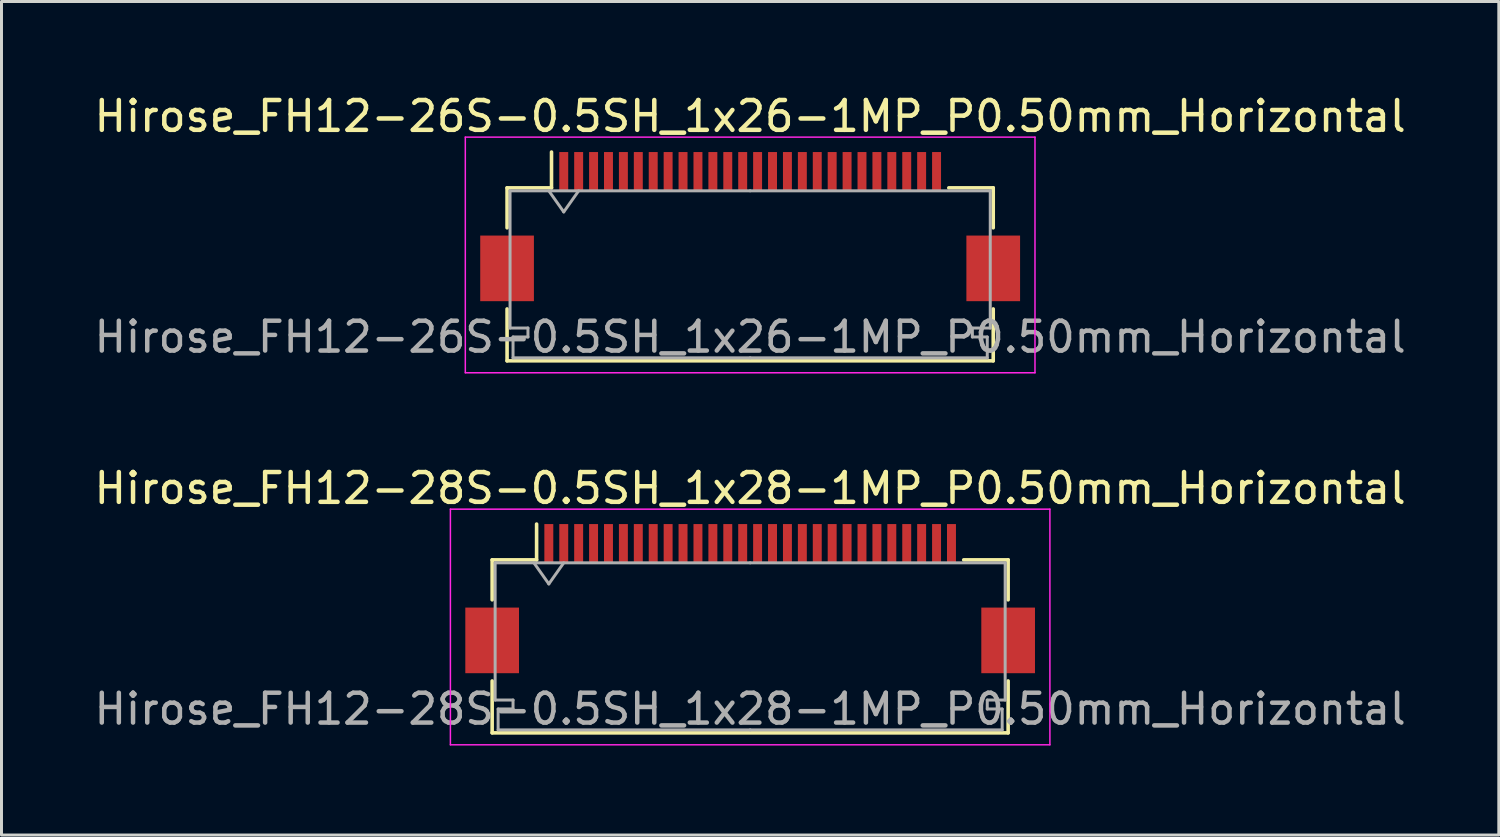
<source format=kicad_pcb>
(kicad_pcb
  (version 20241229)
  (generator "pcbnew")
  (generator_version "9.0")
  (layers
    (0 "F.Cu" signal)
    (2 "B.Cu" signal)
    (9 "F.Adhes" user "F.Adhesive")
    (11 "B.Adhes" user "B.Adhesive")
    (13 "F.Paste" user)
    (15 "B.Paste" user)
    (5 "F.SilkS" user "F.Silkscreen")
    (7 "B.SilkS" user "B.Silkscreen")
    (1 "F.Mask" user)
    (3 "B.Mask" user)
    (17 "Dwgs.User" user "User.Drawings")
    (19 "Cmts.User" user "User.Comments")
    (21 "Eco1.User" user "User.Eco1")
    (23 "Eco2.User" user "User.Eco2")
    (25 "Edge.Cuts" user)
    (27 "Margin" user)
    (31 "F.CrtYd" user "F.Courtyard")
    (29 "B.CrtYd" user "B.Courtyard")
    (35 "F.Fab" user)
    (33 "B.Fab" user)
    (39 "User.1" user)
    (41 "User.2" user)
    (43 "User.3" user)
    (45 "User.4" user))
  (footprint "Hirose_FH12-26S-0.5SH_1x26-1MP_P0.50mm_Horizontal"
    (layer "F.Cu")
    (at 22.101 4.548)
    (property "Reference" "Hirose_FH12-26S-0.5SH_1x26-1MP_P0.50mm_Horizontal" (at 0 -3.7 0) (layer "F.SilkS") (effects (font (size 1 1) (thickness 0.15))))
    (attr smd)
    (fp_line (start -8.15 -1.3) (end -8.15 0.04) (stroke (width 0.12) (type solid)) (layer "F.SilkS"))
    (fp_line (start -8.15 2.76) (end -8.15 4.5) (stroke (width 0.12) (type solid)) (layer "F.SilkS"))
    (fp_line (start -8.15 4.5) (end 8.15 4.5) (stroke (width 0.12) (type solid)) (layer "F.SilkS"))
    (fp_line (start -6.66 -1.3) (end -8.15 -1.3) (stroke (width 0.12) (type solid)) (layer "F.SilkS"))
    (fp_line (start -6.66 -1.3) (end -6.66 -2.5) (stroke (width 0.12) (type solid)) (layer "F.SilkS"))
    (fp_line (start 6.66 -1.3) (end 8.15 -1.3) (stroke (width 0.12) (type solid)) (layer "F.SilkS"))
    (fp_line (start 8.15 -1.3) (end 8.15 0.04) (stroke (width 0.12) (type solid)) (layer "F.SilkS"))
    (fp_line (start 8.15 4.5) (end 8.15 2.76) (stroke (width 0.12) (type solid)) (layer "F.SilkS"))
    (fp_line (start -9.55 -3) (end -9.55 4.9) (stroke (width 0.05) (type solid)) (layer "F.CrtYd"))
    (fp_line (start -9.55 4.9) (end 9.55 4.9) (stroke (width 0.05) (type solid)) (layer "F.CrtYd"))
    (fp_line (start 9.55 -3) (end -9.55 -3) (stroke (width 0.05) (type solid)) (layer "F.CrtYd"))
    (fp_line (start 9.55 4.9) (end 9.55 -3) (stroke (width 0.05) (type solid)) (layer "F.CrtYd"))
    (fp_line (start -8.05 -1.2) (end -8.05 3.4) (stroke (width 0.1) (type solid)) (layer "F.Fab"))
    (fp_line (start -8.05 3.4) (end -7.45 3.4) (stroke (width 0.1) (type solid)) (layer "F.Fab"))
    (fp_line (start -7.95 3.7) (end -7.95 4.4) (stroke (width 0.1) (type solid)) (layer "F.Fab"))
    (fp_line (start -7.95 4.4) (end 0 4.4) (stroke (width 0.1) (type solid)) (layer "F.Fab"))
    (fp_line (start -7.45 3.4) (end -7.45 3.7) (stroke (width 0.1) (type solid)) (layer "F.Fab"))
    (fp_line (start -7.45 3.7) (end -7.95 3.7) (stroke (width 0.1) (type solid)) (layer "F.Fab"))
    (fp_line (start -6.75 -1.2) (end -6.25 -0.493) (stroke (width 0.1) (type solid)) (layer "F.Fab"))
    (fp_line (start -6.25 -0.493) (end -5.75 -1.2) (stroke (width 0.1) (type solid)) (layer "F.Fab"))
    (fp_line (start 0 -1.2) (end -8.05 -1.2) (stroke (width 0.1) (type solid)) (layer "F.Fab"))
    (fp_line (start 0 -1.2) (end 8.05 -1.2) (stroke (width 0.1) (type solid)) (layer "F.Fab"))
    (fp_line (start 7.45 3.4) (end 7.45 3.7) (stroke (width 0.1) (type solid)) (layer "F.Fab"))
    (fp_line (start 7.45 3.7) (end 7.95 3.7) (stroke (width 0.1) (type solid)) (layer "F.Fab"))
    (fp_line (start 7.95 3.7) (end 7.95 4.4) (stroke (width 0.1) (type solid)) (layer "F.Fab"))
    (fp_line (start 7.95 4.4) (end 0 4.4) (stroke (width 0.1) (type solid)) (layer "F.Fab"))
    (fp_line (start 8.05 -1.2) (end 8.05 3.4) (stroke (width 0.1) (type solid)) (layer "F.Fab"))
    (fp_line (start 8.05 3.4) (end 7.45 3.4) (stroke (width 0.1) (type solid)) (layer "F.Fab"))
    (fp_text user "${REFERENCE}" (at 0 3.7 0) (layer "F.Fab") (effects (font (size 1 1) (thickness 0.15))))
    (pad "1" smd rect (at -6.25 -1.85) (size 0.3 1.3) (layers "F.Cu" "F.Mask" "F.Paste"))
    (pad "2" smd rect (at -5.75 -1.85) (size 0.3 1.3) (layers "F.Cu" "F.Mask" "F.Paste"))
    (pad "3" smd rect (at -5.25 -1.85) (size 0.3 1.3) (layers "F.Cu" "F.Mask" "F.Paste"))
    (pad "4" smd rect (at -4.75 -1.85) (size 0.3 1.3) (layers "F.Cu" "F.Mask" "F.Paste"))
    (pad "5" smd rect (at -4.25 -1.85) (size 0.3 1.3) (layers "F.Cu" "F.Mask" "F.Paste"))
    (pad "6" smd rect (at -3.75 -1.85) (size 0.3 1.3) (layers "F.Cu" "F.Mask" "F.Paste"))
    (pad "7" smd rect (at -3.25 -1.85) (size 0.3 1.3) (layers "F.Cu" "F.Mask" "F.Paste"))
    (pad "8" smd rect (at -2.75 -1.85) (size 0.3 1.3) (layers "F.Cu" "F.Mask" "F.Paste"))
    (pad "9" smd rect (at -2.25 -1.85) (size 0.3 1.3) (layers "F.Cu" "F.Mask" "F.Paste"))
    (pad "10" smd rect (at -1.75 -1.85) (size 0.3 1.3) (layers "F.Cu" "F.Mask" "F.Paste"))
    (pad "11" smd rect (at -1.25 -1.85) (size 0.3 1.3) (layers "F.Cu" "F.Mask" "F.Paste"))
    (pad "12" smd rect (at -0.75 -1.85) (size 0.3 1.3) (layers "F.Cu" "F.Mask" "F.Paste"))
    (pad "13" smd rect (at -0.25 -1.85) (size 0.3 1.3) (layers "F.Cu" "F.Mask" "F.Paste"))
    (pad "14" smd rect (at 0.25 -1.85) (size 0.3 1.3) (layers "F.Cu" "F.Mask" "F.Paste"))
    (pad "15" smd rect (at 0.75 -1.85) (size 0.3 1.3) (layers "F.Cu" "F.Mask" "F.Paste"))
    (pad "16" smd rect (at 1.25 -1.85) (size 0.3 1.3) (layers "F.Cu" "F.Mask" "F.Paste"))
    (pad "17" smd rect (at 1.75 -1.85) (size 0.3 1.3) (layers "F.Cu" "F.Mask" "F.Paste"))
    (pad "18" smd rect (at 2.25 -1.85) (size 0.3 1.3) (layers "F.Cu" "F.Mask" "F.Paste"))
    (pad "19" smd rect (at 2.75 -1.85) (size 0.3 1.3) (layers "F.Cu" "F.Mask" "F.Paste"))
    (pad "20" smd rect (at 3.25 -1.85) (size 0.3 1.3) (layers "F.Cu" "F.Mask" "F.Paste"))
    (pad "21" smd rect (at 3.75 -1.85) (size 0.3 1.3) (layers "F.Cu" "F.Mask" "F.Paste"))
    (pad "22" smd rect (at 4.25 -1.85) (size 0.3 1.3) (layers "F.Cu" "F.Mask" "F.Paste"))
    (pad "23" smd rect (at 4.75 -1.85) (size 0.3 1.3) (layers "F.Cu" "F.Mask" "F.Paste"))
    (pad "24" smd rect (at 5.25 -1.85) (size 0.3 1.3) (layers "F.Cu" "F.Mask" "F.Paste"))
    (pad "25" smd rect (at 5.75 -1.85) (size 0.3 1.3) (layers "F.Cu" "F.Mask" "F.Paste"))
    (pad "26" smd rect (at 6.25 -1.85) (size 0.3 1.3) (layers "F.Cu" "F.Mask" "F.Paste"))
    (pad "MP" smd rect (at -8.15 1.4) (size 1.8 2.2) (layers "F.Cu" "F.Mask" "F.Paste"))
    (pad "MP" smd rect (at 8.15 1.4) (size 1.8 2.2) (layers "F.Cu" "F.Mask" "F.Paste")))
  (footprint "Hirose_FH12-28S-0.5SH_1x28-1MP_P0.50mm_Horizontal"
    (layer "F.Cu")
    (at 22.101 17.021)
    (property "Reference" "Hirose_FH12-28S-0.5SH_1x28-1MP_P0.50mm_Horizontal" (at 0 -3.7 0) (layer "F.SilkS") (effects (font (size 1 1) (thickness 0.15))))
    (attr smd)
    (fp_line (start -8.65 -1.3) (end -8.65 0.04) (stroke (width 0.12) (type solid)) (layer "F.SilkS"))
    (fp_line (start -8.65 2.76) (end -8.65 4.5) (stroke (width 0.12) (type solid)) (layer "F.SilkS"))
    (fp_line (start -8.65 4.5) (end 8.65 4.5) (stroke (width 0.12) (type solid)) (layer "F.SilkS"))
    (fp_line (start -7.16 -1.3) (end -8.65 -1.3) (stroke (width 0.12) (type solid)) (layer "F.SilkS"))
    (fp_line (start -7.16 -1.3) (end -7.16 -2.5) (stroke (width 0.12) (type solid)) (layer "F.SilkS"))
    (fp_line (start 7.16 -1.3) (end 8.65 -1.3) (stroke (width 0.12) (type solid)) (layer "F.SilkS"))
    (fp_line (start 8.65 -1.3) (end 8.65 0.04) (stroke (width 0.12) (type solid)) (layer "F.SilkS"))
    (fp_line (start 8.65 4.5) (end 8.65 2.76) (stroke (width 0.12) (type solid)) (layer "F.SilkS"))
    (fp_line (start -10.05 -3) (end -10.05 4.9) (stroke (width 0.05) (type solid)) (layer "F.CrtYd"))
    (fp_line (start -10.05 4.9) (end 10.05 4.9) (stroke (width 0.05) (type solid)) (layer "F.CrtYd"))
    (fp_line (start 10.05 -3) (end -10.05 -3) (stroke (width 0.05) (type solid)) (layer "F.CrtYd"))
    (fp_line (start 10.05 4.9) (end 10.05 -3) (stroke (width 0.05) (type solid)) (layer "F.CrtYd"))
    (fp_line (start -8.55 -1.2) (end -8.55 3.4) (stroke (width 0.1) (type solid)) (layer "F.Fab"))
    (fp_line (start -8.55 3.4) (end -7.95 3.4) (stroke (width 0.1) (type solid)) (layer "F.Fab"))
    (fp_line (start -8.45 3.7) (end -8.45 4.4) (stroke (width 0.1) (type solid)) (layer "F.Fab"))
    (fp_line (start -8.45 4.4) (end 0 4.4) (stroke (width 0.1) (type solid)) (layer "F.Fab"))
    (fp_line (start -7.95 3.4) (end -7.95 3.7) (stroke (width 0.1) (type solid)) (layer "F.Fab"))
    (fp_line (start -7.95 3.7) (end -8.45 3.7) (stroke (width 0.1) (type solid)) (layer "F.Fab"))
    (fp_line (start -7.25 -1.2) (end -6.75 -0.493) (stroke (width 0.1) (type solid)) (layer "F.Fab"))
    (fp_line (start -6.75 -0.493) (end -6.25 -1.2) (stroke (width 0.1) (type solid)) (layer "F.Fab"))
    (fp_line (start 0 -1.2) (end -8.55 -1.2) (stroke (width 0.1) (type solid)) (layer "F.Fab"))
    (fp_line (start 0 -1.2) (end 8.55 -1.2) (stroke (width 0.1) (type solid)) (layer "F.Fab"))
    (fp_line (start 7.95 3.4) (end 7.95 3.7) (stroke (width 0.1) (type solid)) (layer "F.Fab"))
    (fp_line (start 7.95 3.7) (end 8.45 3.7) (stroke (width 0.1) (type solid)) (layer "F.Fab"))
    (fp_line (start 8.45 3.7) (end 8.45 4.4) (stroke (width 0.1) (type solid)) (layer "F.Fab"))
    (fp_line (start 8.45 4.4) (end 0 4.4) (stroke (width 0.1) (type solid)) (layer "F.Fab"))
    (fp_line (start 8.55 -1.2) (end 8.55 3.4) (stroke (width 0.1) (type solid)) (layer "F.Fab"))
    (fp_line (start 8.55 3.4) (end 7.95 3.4) (stroke (width 0.1) (type solid)) (layer "F.Fab"))
    (fp_text user "${REFERENCE}" (at 0 3.7 0) (layer "F.Fab") (effects (font (size 1 1) (thickness 0.15))))
    (pad "1" smd rect (at -6.75 -1.85) (size 0.3 1.3) (layers "F.Cu" "F.Mask" "F.Paste"))
    (pad "2" smd rect (at -6.25 -1.85) (size 0.3 1.3) (layers "F.Cu" "F.Mask" "F.Paste"))
    (pad "3" smd rect (at -5.75 -1.85) (size 0.3 1.3) (layers "F.Cu" "F.Mask" "F.Paste"))
    (pad "4" smd rect (at -5.25 -1.85) (size 0.3 1.3) (layers "F.Cu" "F.Mask" "F.Paste"))
    (pad "5" smd rect (at -4.75 -1.85) (size 0.3 1.3) (layers "F.Cu" "F.Mask" "F.Paste"))
    (pad "6" smd rect (at -4.25 -1.85) (size 0.3 1.3) (layers "F.Cu" "F.Mask" "F.Paste"))
    (pad "7" smd rect (at -3.75 -1.85) (size 0.3 1.3) (layers "F.Cu" "F.Mask" "F.Paste"))
    (pad "8" smd rect (at -3.25 -1.85) (size 0.3 1.3) (layers "F.Cu" "F.Mask" "F.Paste"))
    (pad "9" smd rect (at -2.75 -1.85) (size 0.3 1.3) (layers "F.Cu" "F.Mask" "F.Paste"))
    (pad "10" smd rect (at -2.25 -1.85) (size 0.3 1.3) (layers "F.Cu" "F.Mask" "F.Paste"))
    (pad "11" smd rect (at -1.75 -1.85) (size 0.3 1.3) (layers "F.Cu" "F.Mask" "F.Paste"))
    (pad "12" smd rect (at -1.25 -1.85) (size 0.3 1.3) (layers "F.Cu" "F.Mask" "F.Paste"))
    (pad "13" smd rect (at -0.75 -1.85) (size 0.3 1.3) (layers "F.Cu" "F.Mask" "F.Paste"))
    (pad "14" smd rect (at -0.25 -1.85) (size 0.3 1.3) (layers "F.Cu" "F.Mask" "F.Paste"))
    (pad "15" smd rect (at 0.25 -1.85) (size 0.3 1.3) (layers "F.Cu" "F.Mask" "F.Paste"))
    (pad "16" smd rect (at 0.75 -1.85) (size 0.3 1.3) (layers "F.Cu" "F.Mask" "F.Paste"))
    (pad "17" smd rect (at 1.25 -1.85) (size 0.3 1.3) (layers "F.Cu" "F.Mask" "F.Paste"))
    (pad "18" smd rect (at 1.75 -1.85) (size 0.3 1.3) (layers "F.Cu" "F.Mask" "F.Paste"))
    (pad "19" smd rect (at 2.25 -1.85) (size 0.3 1.3) (layers "F.Cu" "F.Mask" "F.Paste"))
    (pad "20" smd rect (at 2.75 -1.85) (size 0.3 1.3) (layers "F.Cu" "F.Mask" "F.Paste"))
    (pad "21" smd rect (at 3.25 -1.85) (size 0.3 1.3) (layers "F.Cu" "F.Mask" "F.Paste"))
    (pad "22" smd rect (at 3.75 -1.85) (size 0.3 1.3) (layers "F.Cu" "F.Mask" "F.Paste"))
    (pad "23" smd rect (at 4.25 -1.85) (size 0.3 1.3) (layers "F.Cu" "F.Mask" "F.Paste"))
    (pad "24" smd rect (at 4.75 -1.85) (size 0.3 1.3) (layers "F.Cu" "F.Mask" "F.Paste"))
    (pad "25" smd rect (at 5.25 -1.85) (size 0.3 1.3) (layers "F.Cu" "F.Mask" "F.Paste"))
    (pad "26" smd rect (at 5.75 -1.85) (size 0.3 1.3) (layers "F.Cu" "F.Mask" "F.Paste"))
    (pad "27" smd rect (at 6.25 -1.85) (size 0.3 1.3) (layers "F.Cu" "F.Mask" "F.Paste"))
    (pad "28" smd rect (at 6.75 -1.85) (size 0.3 1.3) (layers "F.Cu" "F.Mask" "F.Paste"))
    (pad "MP" smd rect (at -8.65 1.4) (size 1.8 2.2) (layers "F.Cu" "F.Mask" "F.Paste"))
    (pad "MP" smd rect (at 8.65 1.4) (size 1.8 2.2) (layers "F.Cu" "F.Mask" "F.Paste")))
  (gr_rect
    (start -3 -3)
    (end 47.202 24.947)
    (stroke (width 0.1) (type default))
    (fill no)
    (layer "Edge.Cuts")))
</source>
